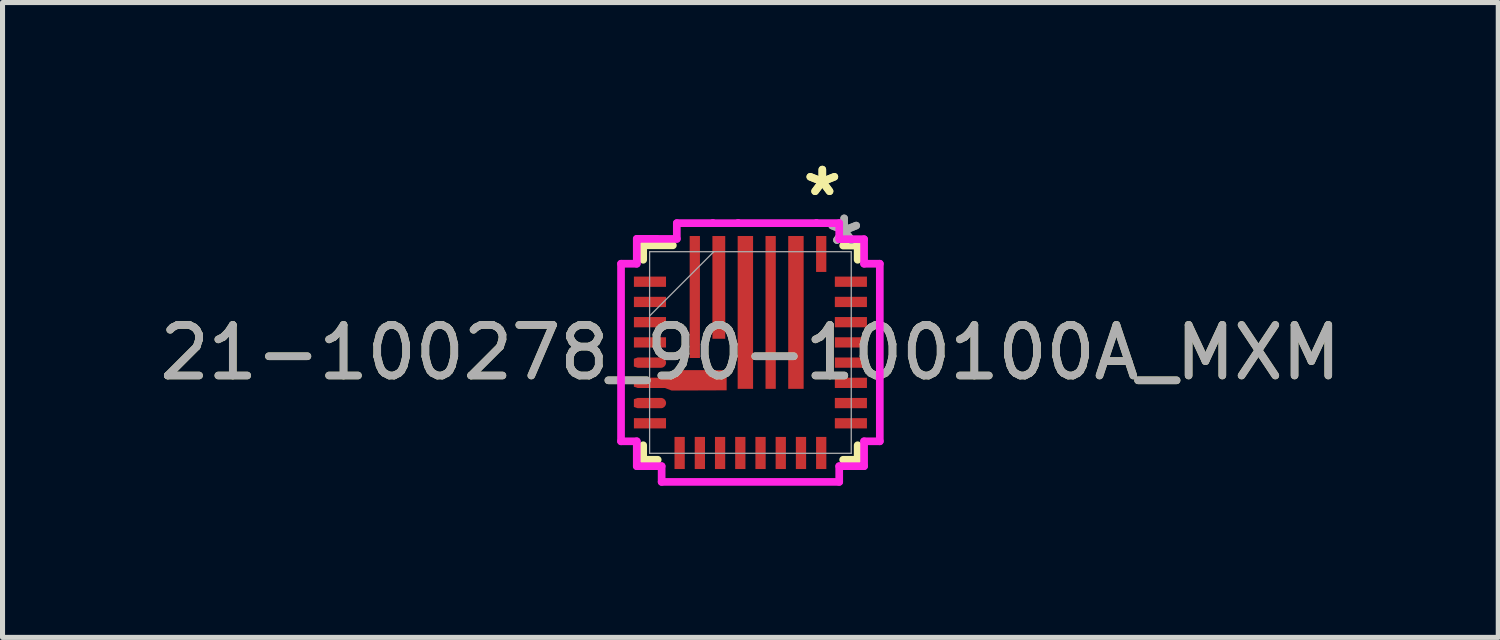
<source format=kicad_pcb>
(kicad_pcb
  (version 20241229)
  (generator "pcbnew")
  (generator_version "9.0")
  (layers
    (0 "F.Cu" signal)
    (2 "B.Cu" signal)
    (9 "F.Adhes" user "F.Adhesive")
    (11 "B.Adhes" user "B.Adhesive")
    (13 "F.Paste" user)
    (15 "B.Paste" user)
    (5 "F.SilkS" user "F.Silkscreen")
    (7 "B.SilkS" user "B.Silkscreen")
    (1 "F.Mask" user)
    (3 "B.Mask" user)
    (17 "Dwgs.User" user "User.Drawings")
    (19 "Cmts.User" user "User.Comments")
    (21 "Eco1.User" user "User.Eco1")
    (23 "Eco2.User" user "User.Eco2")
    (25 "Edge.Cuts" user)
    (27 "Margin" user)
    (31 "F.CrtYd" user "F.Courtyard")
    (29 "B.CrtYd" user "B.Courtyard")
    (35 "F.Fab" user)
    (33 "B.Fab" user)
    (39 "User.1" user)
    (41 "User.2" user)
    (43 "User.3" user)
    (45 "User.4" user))
  (footprint "21-100278_90-100100A_MXM"
    (layer "F.Cu")
    (at 11.792 3.922)
    (property "Reference" "21-100278_90-100100A_MXM" (at 0 0 0) (unlocked yes) (layer "F.SilkS") (effects (font (size 1 1) (thickness 0.15))))
    (attr smd)
    (fp_poly (pts (xy -2.305 0.523) (xy -2.23 0.498) (xy -1.667 0.498) (xy -1.492 0.348) (xy -0.47 0.348) (xy -0.47 0.748) (xy -1.559 0.752) (xy -1.692 0.702) (xy -2.23 0.702) (xy -2.305 0.677)) (stroke (width 0) (type solid)) (fill yes) (layer "F.Cu"))
    (fp_poly (pts (xy -2.305 0.123) (xy -2.23 0.098) (xy -1.77 0.098) (xy -1.75 0.1) (xy -1.731 0.106) (xy -1.714 0.116) (xy -1.698 0.128) (xy -1.686 0.144) (xy -1.676 0.161) (xy -1.67 0.18) (xy -1.668 0.2) (xy -1.67 0.22) (xy -1.676 0.239) (xy -1.686 0.256) (xy -1.698 0.272) (xy -1.714 0.284) (xy -1.731 0.294) (xy -1.75 0.3) (xy -1.77 0.302) (xy -2.23 0.302) (xy -2.305 0.277)) (stroke (width 0) (type solid)) (fill yes) (layer "F.Cu"))
    (fp_poly (pts (xy -2.305 0.923) (xy -2.23 0.898) (xy -1.77 0.898) (xy -1.75 0.9) (xy -1.731 0.906) (xy -1.714 0.916) (xy -1.698 0.928) (xy -1.686 0.944) (xy -1.676 0.961) (xy -1.67 0.98) (xy -1.668 1) (xy -1.67 1.02) (xy -1.676 1.039) (xy -1.686 1.056) (xy -1.698 1.072) (xy -1.714 1.084) (xy -1.731 1.094) (xy -1.75 1.1) (xy -1.77 1.102) (xy -2.23 1.102) (xy -2.305 1.077)) (stroke (width 0) (type solid)) (fill yes) (layer "F.Cu"))
    (fp_poly (pts (xy -2.305 0.523) (xy -2.23 0.498) (xy -1.667 0.498) (xy -1.492 0.348) (xy -0.47 0.348) (xy -0.47 0.748) (xy -1.559 0.752) (xy -1.692 0.702) (xy -2.23 0.702) (xy -2.305 0.677)) (stroke (width 0) (type solid)) (fill yes) (layer "F.Mask"))
    (fp_poly (pts (xy -2.305 0.123) (xy -2.23 0.098) (xy -1.77 0.098) (xy -1.75 0.1) (xy -1.731 0.106) (xy -1.714 0.116) (xy -1.698 0.128) (xy -1.686 0.144) (xy -1.676 0.161) (xy -1.67 0.18) (xy -1.668 0.2) (xy -1.67 0.22) (xy -1.676 0.239) (xy -1.686 0.256) (xy -1.698 0.272) (xy -1.714 0.284) (xy -1.731 0.294) (xy -1.75 0.3) (xy -1.77 0.302) (xy -2.23 0.302) (xy -2.305 0.277)) (stroke (width 0) (type solid)) (fill yes) (layer "F.Mask"))
    (fp_poly (pts (xy -2.305 0.923) (xy -2.23 0.898) (xy -1.77 0.898) (xy -1.75 0.9) (xy -1.731 0.906) (xy -1.714 0.916) (xy -1.698 0.928) (xy -1.686 0.944) (xy -1.676 0.961) (xy -1.67 0.98) (xy -1.668 1) (xy -1.67 1.02) (xy -1.676 1.039) (xy -1.686 1.056) (xy -1.698 1.072) (xy -1.714 1.084) (xy -1.731 1.094) (xy -1.75 1.1) (xy -1.77 1.102) (xy -2.23 1.102) (xy -2.305 1.077)) (stroke (width 0) (type solid)) (fill yes) (layer "F.Mask"))
    (fp_line (start -2.121 -2.121) (end -1.534 -2.12) (stroke (width 0.152) (type solid)) (layer "F.SilkS"))
    (fp_line (start -2.121 -1.834) (end -2.121 -2.121) (stroke (width 0.152) (type solid)) (layer "F.SilkS"))
    (fp_line (start -2.121 2.121) (end -2.121 1.834) (stroke (width 0.152) (type solid)) (layer "F.SilkS"))
    (fp_line (start -1.834 2.121) (end -2.121 2.121) (stroke (width 0.152) (type solid)) (layer "F.SilkS"))
    (fp_line (start 1.834 -2.115) (end 2.121 -2.115) (stroke (width 0.152) (type solid)) (layer "F.SilkS"))
    (fp_line (start 2.121 -2.115) (end 2.121 -1.834) (stroke (width 0.152) (type solid)) (layer "F.SilkS"))
    (fp_line (start 2.121 1.834) (end 2.121 2.121) (stroke (width 0.152) (type solid)) (layer "F.SilkS"))
    (fp_line (start 2.121 2.121) (end 1.834 2.121) (stroke (width 0.152) (type solid)) (layer "F.SilkS"))
    (fp_poly (pts (xy -2.305 0.523) (xy -2.23 0.498) (xy -1.667 0.498) (xy -1.492 0.348) (xy -0.47 0.348) (xy -0.47 0.748) (xy -1.559 0.752) (xy -1.692 0.702) (xy -2.23 0.702) (xy -2.305 0.677)) (stroke (width 0) (type solid)) (fill yes) (layer "F.Paste"))
    (fp_poly (pts (xy -2.305 0.123) (xy -2.23 0.098) (xy -1.77 0.098) (xy -1.75 0.1) (xy -1.731 0.106) (xy -1.714 0.116) (xy -1.698 0.128) (xy -1.686 0.144) (xy -1.676 0.161) (xy -1.67 0.18) (xy -1.668 0.2) (xy -1.67 0.22) (xy -1.676 0.239) (xy -1.686 0.256) (xy -1.698 0.272) (xy -1.714 0.284) (xy -1.731 0.294) (xy -1.75 0.3) (xy -1.77 0.302) (xy -2.23 0.302) (xy -2.305 0.277)) (stroke (width 0) (type solid)) (fill yes) (layer "F.Paste"))
    (fp_poly (pts (xy -2.305 0.923) (xy -2.23 0.898) (xy -1.77 0.898) (xy -1.75 0.9) (xy -1.731 0.906) (xy -1.714 0.916) (xy -1.698 0.928) (xy -1.686 0.944) (xy -1.676 0.961) (xy -1.67 0.98) (xy -1.668 1) (xy -1.67 1.02) (xy -1.676 1.039) (xy -1.686 1.056) (xy -1.698 1.072) (xy -1.714 1.084) (xy -1.731 1.094) (xy -1.75 1.1) (xy -1.77 1.102) (xy -2.23 1.102) (xy -2.305 1.077)) (stroke (width 0) (type solid)) (fill yes) (layer "F.Paste"))
    (fp_line (start -2.559 -1.756) (end -2.559 1.756) (stroke (width 0.152) (type solid)) (layer "F.CrtYd"))
    (fp_line (start -2.559 1.756) (end -2.248 1.756) (stroke (width 0.152) (type solid)) (layer "F.CrtYd"))
    (fp_line (start -2.248 -2.248) (end -2.248 -1.756) (stroke (width 0.152) (type solid)) (layer "F.CrtYd"))
    (fp_line (start -2.248 -1.756) (end -2.559 -1.756) (stroke (width 0.152) (type solid)) (layer "F.CrtYd"))
    (fp_line (start -2.248 1.756) (end -2.248 2.248) (stroke (width 0.152) (type solid)) (layer "F.CrtYd"))
    (fp_line (start -2.248 2.248) (end -1.756 2.248) (stroke (width 0.152) (type solid)) (layer "F.CrtYd"))
    (fp_line (start -1.756 2.248) (end -1.756 2.559) (stroke (width 0.152) (type solid)) (layer "F.CrtYd"))
    (fp_line (start -1.756 2.559) (end 1.756 2.559) (stroke (width 0.152) (type solid)) (layer "F.CrtYd"))
    (fp_line (start -1.456 -2.559) (end -1.456 -2.247) (stroke (width 0.152) (type solid)) (layer "F.CrtYd"))
    (fp_line (start -1.456 -2.247) (end -2.248 -2.248) (stroke (width 0.152) (type solid)) (layer "F.CrtYd"))
    (fp_line (start -0.744 -2.559) (end -1.456 -2.559) (stroke (width 0.152) (type solid)) (layer "F.CrtYd"))
    (fp_line (start -0.744 -2.558) (end -0.744 -2.559) (stroke (width 0.152) (type solid)) (layer "F.CrtYd"))
    (fp_line (start -0.244 -2.559) (end -0.244 -2.558) (stroke (width 0.152) (type solid)) (layer "F.CrtYd"))
    (fp_line (start -0.244 -2.558) (end -0.744 -2.558) (stroke (width 0.152) (type solid)) (layer "F.CrtYd"))
    (fp_line (start 1.306 -2.559) (end 1.306 -2.559) (stroke (width 0.152) (type solid)) (layer "F.CrtYd"))
    (fp_line (start 1.306 -2.559) (end -0.244 -2.559) (stroke (width 0.152) (type solid)) (layer "F.CrtYd"))
    (fp_line (start 1.756 -2.559) (end 1.306 -2.559) (stroke (width 0.152) (type solid)) (layer "F.CrtYd"))
    (fp_line (start 1.756 -2.242) (end 1.756 -2.559) (stroke (width 0.152) (type solid)) (layer "F.CrtYd"))
    (fp_line (start 1.756 2.248) (end 2.248 2.248) (stroke (width 0.152) (type solid)) (layer "F.CrtYd"))
    (fp_line (start 1.756 2.559) (end 1.756 2.248) (stroke (width 0.152) (type solid)) (layer "F.CrtYd"))
    (fp_line (start 2.248 -2.241) (end 1.756 -2.242) (stroke (width 0.152) (type solid)) (layer "F.CrtYd"))
    (fp_line (start 2.248 -1.756) (end 2.248 -2.241) (stroke (width 0.152) (type solid)) (layer "F.CrtYd"))
    (fp_line (start 2.248 1.756) (end 2.559 1.756) (stroke (width 0.152) (type solid)) (layer "F.CrtYd"))
    (fp_line (start 2.248 2.248) (end 2.248 1.756) (stroke (width 0.152) (type solid)) (layer "F.CrtYd"))
    (fp_line (start 2.559 -1.756) (end 2.248 -1.756) (stroke (width 0.152) (type solid)) (layer "F.CrtYd"))
    (fp_line (start 2.559 1.756) (end 2.559 -1.756) (stroke (width 0.152) (type solid)) (layer "F.CrtYd"))
    (fp_line (start -1.994 -1.994) (end -1.994 1.994) (stroke (width 0.025) (type solid)) (layer "F.Fab"))
    (fp_line (start -1.994 -0.724) (end -0.724 -1.994) (stroke (width 0.025) (type solid)) (layer "F.Fab"))
    (fp_line (start -1.994 1.994) (end 1.994 1.994) (stroke (width 0.025) (type solid)) (layer "F.Fab"))
    (fp_line (start 1.994 -1.994) (end -1.994 -1.994) (stroke (width 0.025) (type solid)) (layer "F.Fab"))
    (fp_line (start 1.994 1.994) (end 1.994 -1.994) (stroke (width 0.025) (type solid)) (layer "F.Fab"))
    (fp_text user "*" (at 1.422 -3.073 0) (layer "F.SilkS") (effects (font (size 1 1) (thickness 0.15))))
    (fp_text user "*" (at 1.422 -3.073 0) (unlocked yes) (layer "F.SilkS") (effects (font (size 1 1) (thickness 0.15))))
    (fp_text user "*" (at 1.854 -2.108 0) (unlocked yes) (layer "F.Fab") (effects (font (size 1 1) (thickness 0.15))))
    (fp_text user "*" (at 1.854 -2.108 0) (layer "F.Fab") (effects (font (size 1 1) (thickness 0.15))))
    (fp_text user "${REFERENCE}" (at 0 0 0) (unlocked yes) (layer "F.Fab") (effects (font (size 1 1) (thickness 0.15))))
    (pad "1" smd rect (at 1.4 -1.949 90) (size 0.711 0.203) (layers "F.Cu" "F.Mask" "F.Paste"))
    (pad "2" smd rect (at 0.9 -0.793 90) (size 3.023 0.305) (layers "F.Cu" "F.Mask" "F.Paste"))
    (pad "3" smd rect (at 0.4 -0.793 90) (size 3.023 0.203) (layers "F.Cu" "F.Mask" "F.Paste"))
    (pad "4" smd rect (at -0.1 -0.793 90) (size 3.023 0.305) (layers "F.Cu" "F.Mask" "F.Paste"))
    (pad "5" smd rect (at -0.625 -1.288 90) (size 2.032 0.254) (layers "F.Cu" "F.Mask" "F.Paste"))
    (pad "6" smd rect (at -1.1 -1.098 90) (size 2.413 0.203) (layers "F.Cu" "F.Mask" "F.Paste"))
    (pad "7" smd rect (at -1.987 -1.4) (size 0.635 0.203) (layers "F.Cu" "F.Mask" "F.Paste"))
    (pad "8" smd rect (at -1.987 -1) (size 0.635 0.203) (layers "F.Cu" "F.Mask" "F.Paste"))
    (pad "9" smd rect (at -1.987 -0.6) (size 0.635 0.203) (layers "F.Cu" "F.Mask" "F.Paste"))
    (pad "10" smd rect (at -1.987 -0.2) (size 0.635 0.203) (layers "F.Cu" "F.Mask" "F.Paste"))
    (pad "11" smd rect (at -1.987 0.2) (size 0.127 0.127) (layers "F.Cu" "F.Mask" "F.Paste"))
    (pad "12" smd rect (at -1.987 0.6) (size 0.127 0.127) (layers "F.Cu" "F.Mask" "F.Paste"))
    (pad "13" smd rect (at -1.987 1) (size 0.127 0.127) (layers "F.Cu" "F.Mask" "F.Paste"))
    (pad "14" smd rect (at -1.987 1.4) (size 0.635 0.203) (layers "F.Cu" "F.Mask" "F.Paste"))
    (pad "15" smd rect (at -1.4 1.987 90) (size 0.635 0.203) (layers "F.Cu" "F.Mask" "F.Paste"))
    (pad "16" smd rect (at -1 1.987 90) (size 0.635 0.203) (layers "F.Cu" "F.Mask" "F.Paste"))
    (pad "17" smd rect (at -0.6 1.987 90) (size 0.635 0.203) (layers "F.Cu" "F.Mask" "F.Paste"))
    (pad "18" smd rect (at -0.2 1.987 90) (size 0.635 0.203) (layers "F.Cu" "F.Mask" "F.Paste"))
    (pad "19" smd rect (at 0.2 1.987 90) (size 0.635 0.203) (layers "F.Cu" "F.Mask" "F.Paste"))
    (pad "20" smd rect (at 0.6 1.987 90) (size 0.635 0.203) (layers "F.Cu" "F.Mask" "F.Paste"))
    (pad "21" smd rect (at 1 1.987 90) (size 0.635 0.203) (layers "F.Cu" "F.Mask" "F.Paste"))
    (pad "22" smd rect (at 1.4 1.987 90) (size 0.635 0.203) (layers "F.Cu" "F.Mask" "F.Paste"))
    (pad "23" smd rect (at 1.987 1.4) (size 0.635 0.203) (layers "F.Cu" "F.Mask" "F.Paste"))
    (pad "24" smd rect (at 1.987 1) (size 0.635 0.203) (layers "F.Cu" "F.Mask" "F.Paste"))
    (pad "25" smd rect (at 1.987 0.6) (size 0.635 0.203) (layers "F.Cu" "F.Mask" "F.Paste"))
    (pad "26" smd rect (at 1.987 0.2) (size 0.635 0.203) (layers "F.Cu" "F.Mask" "F.Paste"))
    (pad "27" smd rect (at 1.987 -0.2) (size 0.635 0.203) (layers "F.Cu" "F.Mask" "F.Paste"))
    (pad "28" smd rect (at 1.987 -0.6) (size 0.635 0.203) (layers "F.Cu" "F.Mask" "F.Paste"))
    (pad "29" smd rect (at 1.987 -1) (size 0.635 0.203) (layers "F.Cu" "F.Mask" "F.Paste"))
    (pad "30" smd rect (at 1.987 -1.4) (size 0.635 0.203) (layers "F.Cu" "F.Mask" "F.Paste")))
  (gr_rect
    (start -3 -3)
    (end 26.583 9.557)
    (stroke (width 0.1) (type default))
    (fill no)
    (layer "Edge.Cuts")))
</source>
